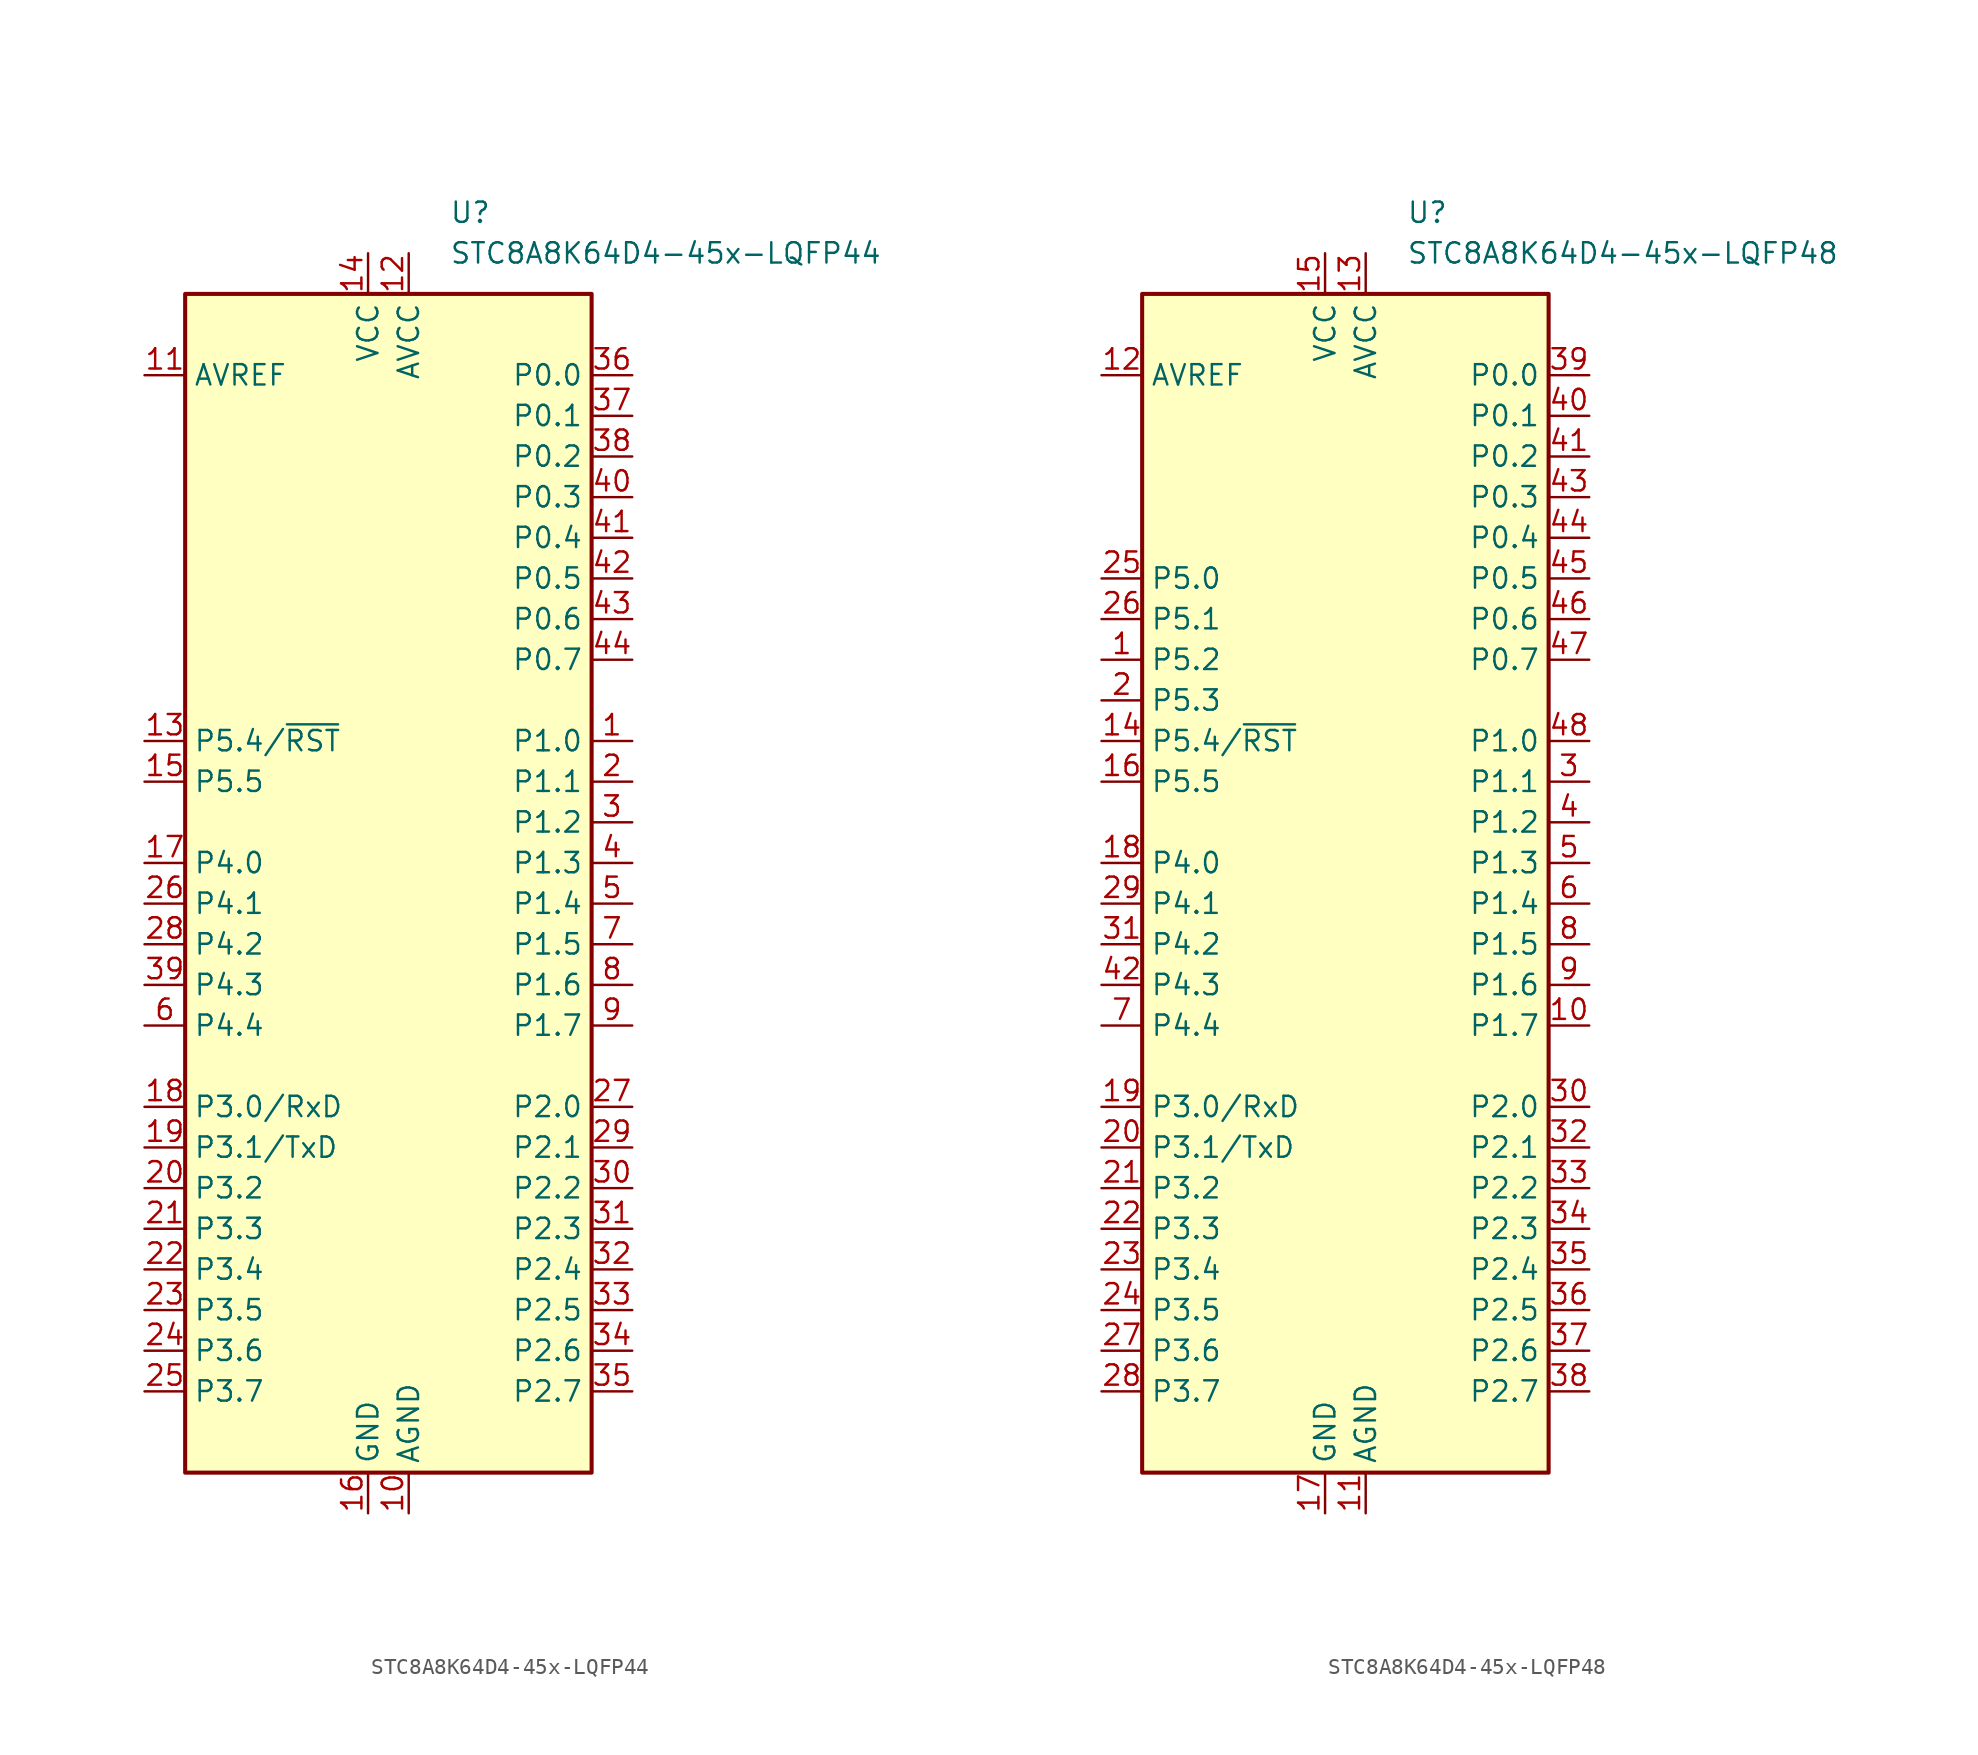
<source format=kicad_sym>
(kicad_symbol_lib
  (version 20211014)
  (generator kicad_symbol_editor)
  (symbol "STC8A8K64D4-45x-LQFP44"
    (property "Reference" "U"
      (at 3.81 41.91 0)
      (effects (font (size 1.27 1.27)) (justify left)))
    (property "Value" "STC8A8K64D4-45x-LQFP44"
      (at 3.81 39.37 0)
      (effects (font (size 1.27 1.27)) (justify left)))
    (symbol "STC8A8K64D4-45x-LQFP44_0_0"
      (pin bidirectional line (at 15.24 -13.97 180) (length 2.54) (name "P2.0" (effects (font (size 1.27 1.27)))) (number "27" (effects (font (size 1.27 1.27))))))
    (symbol "STC8A8K64D4-45x-LQFP44_0_1"
      (rectangle (start -12.7 36.83) (end 12.7 -36.83) (stroke (width 0.254) (type default) (color 0 0 0 0)) (fill (type background))))
    (symbol "STC8A8K64D4-45x-LQFP44_1_1"
      (pin bidirectional line (at 15.24 8.89 180) (length 2.54) (name "P1.0" (effects (font (size 1.27 1.27)))) (number "1" (effects (font (size 1.27 1.27)))))
      (pin power_in line (at 1.27 -39.37 90) (length 2.54) (name "AGND" (effects (font (size 1.27 1.27)))) (number "10" (effects (font (size 1.27 1.27)))))
      (pin power_in line (at -15.24 31.75 0) (length 2.54) (name "AVREF" (effects (font (size 1.27 1.27)))) (number "11" (effects (font (size 1.27 1.27)))))
      (pin power_in line (at 1.27 39.37 270) (length 2.54) (name "AVCC" (effects (font (size 1.27 1.27)))) (number "12" (effects (font (size 1.27 1.27)))))
      (pin bidirectional line (at -15.24 8.89 0) (length 2.54) (name "P5.4/~{RST}" (effects (font (size 1.27 1.27)))) (number "13" (effects (font (size 1.27 1.27)))))
      (pin power_in line (at -1.27 39.37 270) (length 2.54) (name "VCC" (effects (font (size 1.27 1.27)))) (number "14" (effects (font (size 1.27 1.27)))))
      (pin bidirectional line (at -15.24 6.35 0) (length 2.54) (name "P5.5" (effects (font (size 1.27 1.27)))) (number "15" (effects (font (size 1.27 1.27)))))
      (pin power_in line (at -1.27 -39.37 90) (length 2.54) (name "GND" (effects (font (size 1.27 1.27)))) (number "16" (effects (font (size 1.27 1.27)))))
      (pin bidirectional line (at -15.24 1.27 0) (length 2.54) (name "P4.0" (effects (font (size 1.27 1.27)))) (number "17" (effects (font (size 1.27 1.27)))))
      (pin bidirectional line (at -15.24 -13.97 0) (length 2.54) (name "P3.0/RxD" (effects (font (size 1.27 1.27)))) (number "18" (effects (font (size 1.27 1.27)))))
      (pin bidirectional line (at -15.24 -16.51 0) (length 2.54) (name "P3.1/TxD" (effects (font (size 1.27 1.27)))) (number "19" (effects (font (size 1.27 1.27)))))
      (pin bidirectional line (at 15.24 6.35 180) (length 2.54) (name "P1.1" (effects (font (size 1.27 1.27)))) (number "2" (effects (font (size 1.27 1.27)))))
      (pin bidirectional line (at -15.24 -19.05 0) (length 2.54) (name "P3.2" (effects (font (size 1.27 1.27)))) (number "20" (effects (font (size 1.27 1.27)))))
      (pin bidirectional line (at -15.24 -21.59 0) (length 2.54) (name "P3.3" (effects (font (size 1.27 1.27)))) (number "21" (effects (font (size 1.27 1.27)))))
      (pin bidirectional line (at -15.24 -24.13 0) (length 2.54) (name "P3.4" (effects (font (size 1.27 1.27)))) (number "22" (effects (font (size 1.27 1.27)))))
      (pin bidirectional line (at -15.24 -26.67 0) (length 2.54) (name "P3.5" (effects (font (size 1.27 1.27)))) (number "23" (effects (font (size 1.27 1.27)))))
      (pin bidirectional line (at -15.24 -29.21 0) (length 2.54) (name "P3.6" (effects (font (size 1.27 1.27)))) (number "24" (effects (font (size 1.27 1.27)))))
      (pin bidirectional line (at -15.24 -31.75 0) (length 2.54) (name "P3.7" (effects (font (size 1.27 1.27)))) (number "25" (effects (font (size 1.27 1.27)))))
      (pin bidirectional line (at -15.24 -1.27 0) (length 2.54) (name "P4.1" (effects (font (size 1.27 1.27)))) (number "26" (effects (font (size 1.27 1.27)))))
      (pin bidirectional line (at -15.24 -3.81 0) (length 2.54) (name "P4.2" (effects (font (size 1.27 1.27)))) (number "28" (effects (font (size 1.27 1.27)))))
      (pin bidirectional line (at 15.24 -16.51 180) (length 2.54) (name "P2.1" (effects (font (size 1.27 1.27)))) (number "29" (effects (font (size 1.27 1.27)))))
      (pin bidirectional line (at 15.24 3.81 180) (length 2.54) (name "P1.2" (effects (font (size 1.27 1.27)))) (number "3" (effects (font (size 1.27 1.27)))))
      (pin bidirectional line (at 15.24 -19.05 180) (length 2.54) (name "P2.2" (effects (font (size 1.27 1.27)))) (number "30" (effects (font (size 1.27 1.27)))))
      (pin bidirectional line (at 15.24 -21.59 180) (length 2.54) (name "P2.3" (effects (font (size 1.27 1.27)))) (number "31" (effects (font (size 1.27 1.27)))))
      (pin bidirectional line (at 15.24 -24.13 180) (length 2.54) (name "P2.4" (effects (font (size 1.27 1.27)))) (number "32" (effects (font (size 1.27 1.27)))))
      (pin bidirectional line (at 15.24 -26.67 180) (length 2.54) (name "P2.5" (effects (font (size 1.27 1.27)))) (number "33" (effects (font (size 1.27 1.27)))))
      (pin bidirectional line (at 15.24 -29.21 180) (length 2.54) (name "P2.6" (effects (font (size 1.27 1.27)))) (number "34" (effects (font (size 1.27 1.27)))))
      (pin bidirectional line (at 15.24 -31.75 180) (length 2.54) (name "P2.7" (effects (font (size 1.27 1.27)))) (number "35" (effects (font (size 1.27 1.27)))))
      (pin bidirectional line (at 15.24 31.75 180) (length 2.54) (name "P0.0" (effects (font (size 1.27 1.27)))) (number "36" (effects (font (size 1.27 1.27)))))
      (pin bidirectional line (at 15.24 29.21 180) (length 2.54) (name "P0.1" (effects (font (size 1.27 1.27)))) (number "37" (effects (font (size 1.27 1.27)))))
      (pin bidirectional line (at 15.24 26.67 180) (length 2.54) (name "P0.2" (effects (font (size 1.27 1.27)))) (number "38" (effects (font (size 1.27 1.27)))))
      (pin bidirectional line (at -15.24 -6.35 0) (length 2.54) (name "P4.3" (effects (font (size 1.27 1.27)))) (number "39" (effects (font (size 1.27 1.27)))))
      (pin bidirectional line (at 15.24 1.27 180) (length 2.54) (name "P1.3" (effects (font (size 1.27 1.27)))) (number "4" (effects (font (size 1.27 1.27)))))
      (pin bidirectional line (at 15.24 24.13 180) (length 2.54) (name "P0.3" (effects (font (size 1.27 1.27)))) (number "40" (effects (font (size 1.27 1.27)))))
      (pin bidirectional line (at 15.24 21.59 180) (length 2.54) (name "P0.4" (effects (font (size 1.27 1.27)))) (number "41" (effects (font (size 1.27 1.27)))))
      (pin bidirectional line (at 15.24 19.05 180) (length 2.54) (name "P0.5" (effects (font (size 1.27 1.27)))) (number "42" (effects (font (size 1.27 1.27)))))
      (pin bidirectional line (at 15.24 16.51 180) (length 2.54) (name "P0.6" (effects (font (size 1.27 1.27)))) (number "43" (effects (font (size 1.27 1.27)))))
      (pin bidirectional line (at 15.24 13.97 180) (length 2.54) (name "P0.7" (effects (font (size 1.27 1.27)))) (number "44" (effects (font (size 1.27 1.27)))))
      (pin bidirectional line (at 15.24 -1.27 180) (length 2.54) (name "P1.4" (effects (font (size 1.27 1.27)))) (number "5" (effects (font (size 1.27 1.27)))))
      (pin bidirectional line (at -15.24 -8.89 0) (length 2.54) (name "P4.4" (effects (font (size 1.27 1.27)))) (number "6" (effects (font (size 1.27 1.27)))))
      (pin bidirectional line (at 15.24 -3.81 180) (length 2.54) (name "P1.5" (effects (font (size 1.27 1.27)))) (number "7" (effects (font (size 1.27 1.27)))))
      (pin bidirectional line (at 15.24 -6.35 180) (length 2.54) (name "P1.6" (effects (font (size 1.27 1.27)))) (number "8" (effects (font (size 1.27 1.27)))))
      (pin bidirectional line (at 15.24 -8.89 180) (length 2.54) (name "P1.7" (effects (font (size 1.27 1.27)))) (number "9" (effects (font (size 1.27 1.27)))))))
  (symbol "STC8A8K64D4-45x-LQFP48"
    (property "Reference" "U"
      (at 3.81 41.91 0)
      (effects (font (size 1.27 1.27)) (justify left)))
    (property "Value" "STC8A8K64D4-45x-LQFP48"
      (at 3.81 39.37 0)
      (effects (font (size 1.27 1.27)) (justify left)))
    (symbol "STC8A8K64D4-45x-LQFP48_0_0"
      (pin bidirectional line (at 15.24 -13.97 180) (length 2.54) (name "P2.0" (effects (font (size 1.27 1.27)))) (number "30" (effects (font (size 1.27 1.27))))))
    (symbol "STC8A8K64D4-45x-LQFP48_0_1"
      (rectangle (start -12.7 36.83) (end 12.7 -36.83) (stroke (width 0.254) (type default) (color 0 0 0 0)) (fill (type background))))
    (symbol "STC8A8K64D4-45x-LQFP48_1_1"
      (pin bidirectional line (at -15.24 13.97 0) (length 2.54) (name "P5.2" (effects (font (size 1.27 1.27)))) (number "1" (effects (font (size 1.27 1.27)))))
      (pin bidirectional line (at 15.24 -8.89 180) (length 2.54) (name "P1.7" (effects (font (size 1.27 1.27)))) (number "10" (effects (font (size 1.27 1.27)))))
      (pin power_in line (at 1.27 -39.37 90) (length 2.54) (name "AGND" (effects (font (size 1.27 1.27)))) (number "11" (effects (font (size 1.27 1.27)))))
      (pin power_in line (at -15.24 31.75 0) (length 2.54) (name "AVREF" (effects (font (size 1.27 1.27)))) (number "12" (effects (font (size 1.27 1.27)))))
      (pin power_in line (at 1.27 39.37 270) (length 2.54) (name "AVCC" (effects (font (size 1.27 1.27)))) (number "13" (effects (font (size 1.27 1.27)))))
      (pin bidirectional line (at -15.24 8.89 0) (length 2.54) (name "P5.4/~{RST}" (effects (font (size 1.27 1.27)))) (number "14" (effects (font (size 1.27 1.27)))))
      (pin power_in line (at -1.27 39.37 270) (length 2.54) (name "VCC" (effects (font (size 1.27 1.27)))) (number "15" (effects (font (size 1.27 1.27)))))
      (pin bidirectional line (at -15.24 6.35 0) (length 2.54) (name "P5.5" (effects (font (size 1.27 1.27)))) (number "16" (effects (font (size 1.27 1.27)))))
      (pin power_in line (at -1.27 -39.37 90) (length 2.54) (name "GND" (effects (font (size 1.27 1.27)))) (number "17" (effects (font (size 1.27 1.27)))))
      (pin bidirectional line (at -15.24 1.27 0) (length 2.54) (name "P4.0" (effects (font (size 1.27 1.27)))) (number "18" (effects (font (size 1.27 1.27)))))
      (pin bidirectional line (at -15.24 -13.97 0) (length 2.54) (name "P3.0/RxD" (effects (font (size 1.27 1.27)))) (number "19" (effects (font (size 1.27 1.27)))))
      (pin bidirectional line (at -15.24 11.43 0) (length 2.54) (name "P5.3" (effects (font (size 1.27 1.27)))) (number "2" (effects (font (size 1.27 1.27)))))
      (pin bidirectional line (at -15.24 -16.51 0) (length 2.54) (name "P3.1/TxD" (effects (font (size 1.27 1.27)))) (number "20" (effects (font (size 1.27 1.27)))))
      (pin bidirectional line (at -15.24 -19.05 0) (length 2.54) (name "P3.2" (effects (font (size 1.27 1.27)))) (number "21" (effects (font (size 1.27 1.27)))))
      (pin bidirectional line (at -15.24 -21.59 0) (length 2.54) (name "P3.3" (effects (font (size 1.27 1.27)))) (number "22" (effects (font (size 1.27 1.27)))))
      (pin bidirectional line (at -15.24 -24.13 0) (length 2.54) (name "P3.4" (effects (font (size 1.27 1.27)))) (number "23" (effects (font (size 1.27 1.27)))))
      (pin bidirectional line (at -15.24 -26.67 0) (length 2.54) (name "P3.5" (effects (font (size 1.27 1.27)))) (number "24" (effects (font (size 1.27 1.27)))))
      (pin bidirectional line (at -15.24 19.05 0) (length 2.54) (name "P5.0" (effects (font (size 1.27 1.27)))) (number "25" (effects (font (size 1.27 1.27)))))
      (pin bidirectional line (at -15.24 16.51 0) (length 2.54) (name "P5.1" (effects (font (size 1.27 1.27)))) (number "26" (effects (font (size 1.27 1.27)))))
      (pin bidirectional line (at -15.24 -29.21 0) (length 2.54) (name "P3.6" (effects (font (size 1.27 1.27)))) (number "27" (effects (font (size 1.27 1.27)))))
      (pin bidirectional line (at -15.24 -31.75 0) (length 2.54) (name "P3.7" (effects (font (size 1.27 1.27)))) (number "28" (effects (font (size 1.27 1.27)))))
      (pin bidirectional line (at -15.24 -1.27 0) (length 2.54) (name "P4.1" (effects (font (size 1.27 1.27)))) (number "29" (effects (font (size 1.27 1.27)))))
      (pin bidirectional line (at 15.24 6.35 180) (length 2.54) (name "P1.1" (effects (font (size 1.27 1.27)))) (number "3" (effects (font (size 1.27 1.27)))))
      (pin bidirectional line (at -15.24 -3.81 0) (length 2.54) (name "P4.2" (effects (font (size 1.27 1.27)))) (number "31" (effects (font (size 1.27 1.27)))))
      (pin bidirectional line (at 15.24 -16.51 180) (length 2.54) (name "P2.1" (effects (font (size 1.27 1.27)))) (number "32" (effects (font (size 1.27 1.27)))))
      (pin bidirectional line (at 15.24 -19.05 180) (length 2.54) (name "P2.2" (effects (font (size 1.27 1.27)))) (number "33" (effects (font (size 1.27 1.27)))))
      (pin bidirectional line (at 15.24 -21.59 180) (length 2.54) (name "P2.3" (effects (font (size 1.27 1.27)))) (number "34" (effects (font (size 1.27 1.27)))))
      (pin bidirectional line (at 15.24 -24.13 180) (length 2.54) (name "P2.4" (effects (font (size 1.27 1.27)))) (number "35" (effects (font (size 1.27 1.27)))))
      (pin bidirectional line (at 15.24 -26.67 180) (length 2.54) (name "P2.5" (effects (font (size 1.27 1.27)))) (number "36" (effects (font (size 1.27 1.27)))))
      (pin bidirectional line (at 15.24 -29.21 180) (length 2.54) (name "P2.6" (effects (font (size 1.27 1.27)))) (number "37" (effects (font (size 1.27 1.27)))))
      (pin bidirectional line (at 15.24 -31.75 180) (length 2.54) (name "P2.7" (effects (font (size 1.27 1.27)))) (number "38" (effects (font (size 1.27 1.27)))))
      (pin bidirectional line (at 15.24 31.75 180) (length 2.54) (name "P0.0" (effects (font (size 1.27 1.27)))) (number "39" (effects (font (size 1.27 1.27)))))
      (pin bidirectional line (at 15.24 3.81 180) (length 2.54) (name "P1.2" (effects (font (size 1.27 1.27)))) (number "4" (effects (font (size 1.27 1.27)))))
      (pin bidirectional line (at 15.24 29.21 180) (length 2.54) (name "P0.1" (effects (font (size 1.27 1.27)))) (number "40" (effects (font (size 1.27 1.27)))))
      (pin bidirectional line (at 15.24 26.67 180) (length 2.54) (name "P0.2" (effects (font (size 1.27 1.27)))) (number "41" (effects (font (size 1.27 1.27)))))
      (pin bidirectional line (at -15.24 -6.35 0) (length 2.54) (name "P4.3" (effects (font (size 1.27 1.27)))) (number "42" (effects (font (size 1.27 1.27)))))
      (pin bidirectional line (at 15.24 24.13 180) (length 2.54) (name "P0.3" (effects (font (size 1.27 1.27)))) (number "43" (effects (font (size 1.27 1.27)))))
      (pin bidirectional line (at 15.24 21.59 180) (length 2.54) (name "P0.4" (effects (font (size 1.27 1.27)))) (number "44" (effects (font (size 1.27 1.27)))))
      (pin bidirectional line (at 15.24 19.05 180) (length 2.54) (name "P0.5" (effects (font (size 1.27 1.27)))) (number "45" (effects (font (size 1.27 1.27)))))
      (pin bidirectional line (at 15.24 16.51 180) (length 2.54) (name "P0.6" (effects (font (size 1.27 1.27)))) (number "46" (effects (font (size 1.27 1.27)))))
      (pin bidirectional line (at 15.24 13.97 180) (length 2.54) (name "P0.7" (effects (font (size 1.27 1.27)))) (number "47" (effects (font (size 1.27 1.27)))))
      (pin bidirectional line (at 15.24 8.89 180) (length 2.54) (name "P1.0" (effects (font (size 1.27 1.27)))) (number "48" (effects (font (size 1.27 1.27)))))
      (pin bidirectional line (at 15.24 1.27 180) (length 2.54) (name "P1.3" (effects (font (size 1.27 1.27)))) (number "5" (effects (font (size 1.27 1.27)))))
      (pin bidirectional line (at 15.24 -1.27 180) (length 2.54) (name "P1.4" (effects (font (size 1.27 1.27)))) (number "6" (effects (font (size 1.27 1.27)))))
      (pin bidirectional line (at -15.24 -8.89 0) (length 2.54) (name "P4.4" (effects (font (size 1.27 1.27)))) (number "7" (effects (font (size 1.27 1.27)))))
      (pin bidirectional line (at 15.24 -3.81 180) (length 2.54) (name "P1.5" (effects (font (size 1.27 1.27)))) (number "8" (effects (font (size 1.27 1.27)))))
      (pin bidirectional line (at 15.24 -6.35 180) (length 2.54) (name "P1.6" (effects (font (size 1.27 1.27)))) (number "9" (effects (font (size 1.27 1.27))))))))
</source>
